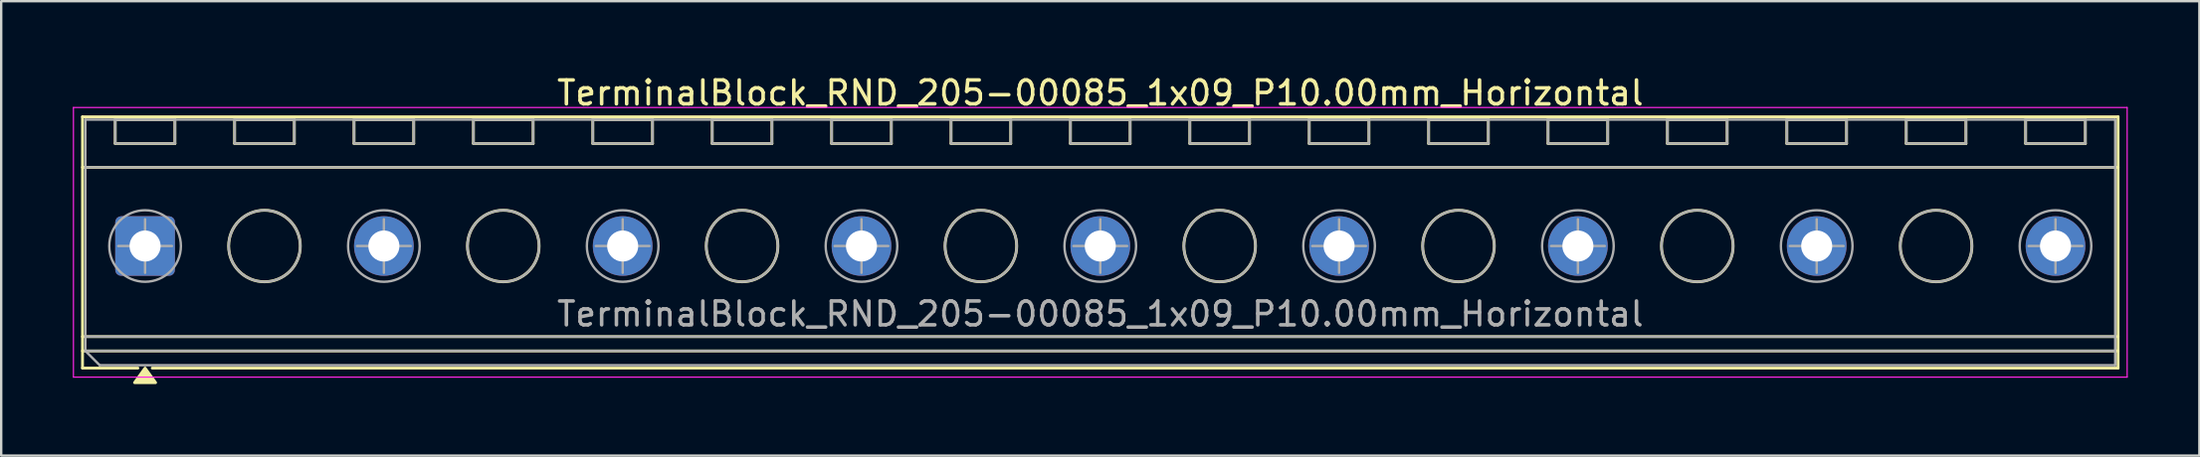
<source format=kicad_pcb>
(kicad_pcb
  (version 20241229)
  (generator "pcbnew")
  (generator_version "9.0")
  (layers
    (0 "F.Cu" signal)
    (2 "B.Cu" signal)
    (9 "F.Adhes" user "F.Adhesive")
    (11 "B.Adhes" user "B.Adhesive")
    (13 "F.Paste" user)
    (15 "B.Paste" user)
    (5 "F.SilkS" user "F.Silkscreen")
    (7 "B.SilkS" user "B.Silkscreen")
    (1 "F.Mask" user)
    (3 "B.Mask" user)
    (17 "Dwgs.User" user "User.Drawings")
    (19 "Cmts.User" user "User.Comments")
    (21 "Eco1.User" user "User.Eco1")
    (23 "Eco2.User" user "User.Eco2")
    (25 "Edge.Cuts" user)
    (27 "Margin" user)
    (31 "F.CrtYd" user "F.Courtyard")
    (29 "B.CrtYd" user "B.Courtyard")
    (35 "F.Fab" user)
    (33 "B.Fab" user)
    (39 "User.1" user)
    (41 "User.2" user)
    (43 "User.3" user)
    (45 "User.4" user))
  (footprint "TerminalBlock_RND_205-00085_1x09_P10.00mm_Horizontal"
    (layer "F.Cu")
    (at 3.025 7.268)
    (property "Reference" "TerminalBlock_RND_205-00085_1x09_P10.00mm_Horizontal" (at 40 -6.42 0) (layer "F.SilkS") (effects (font (size 1 1) (thickness 0.15))))
    (attr through_hole)
    (fp_line (start -2.62 -5.42) (end -2.62 5.12) (stroke (width 0.12) (type solid)) (layer "F.SilkS"))
    (fp_line (start -2.62 -5.42) (end 82.62 -5.42) (stroke (width 0.12) (type solid)) (layer "F.SilkS"))
    (fp_line (start -2.62 -3.3) (end 82.62 -3.3) (stroke (width 0.12) (type solid)) (layer "F.SilkS"))
    (fp_line (start -2.62 3.8) (end 82.62 3.8) (stroke (width 0.12) (type solid)) (layer "F.SilkS"))
    (fp_line (start -2.62 4.4) (end 82.62 4.4) (stroke (width 0.12) (type solid)) (layer "F.SilkS"))
    (fp_line (start -2.62 5.12) (end -0.3 5.12) (stroke (width 0.12) (type solid)) (layer "F.SilkS"))
    (fp_line (start -1.25 -5.3) (end -1.25 -4.3) (stroke (width 0.12) (type solid)) (layer "F.SilkS"))
    (fp_line (start -1.25 -5.3) (end 1.25 -5.3) (stroke (width 0.12) (type solid)) (layer "F.SilkS"))
    (fp_line (start -1.25 -4.3) (end 1.25 -4.3) (stroke (width 0.12) (type solid)) (layer "F.SilkS"))
    (fp_line (start 0.3 5.12) (end 82.62 5.12) (stroke (width 0.12) (type solid)) (layer "F.SilkS"))
    (fp_line (start 1.25 -5.3) (end 1.25 -4.3) (stroke (width 0.12) (type solid)) (layer "F.SilkS"))
    (fp_line (start 3.75 -5.3) (end 3.75 -4.3) (stroke (width 0.12) (type solid)) (layer "F.SilkS"))
    (fp_line (start 3.75 -5.3) (end 6.25 -5.3) (stroke (width 0.12) (type solid)) (layer "F.SilkS"))
    (fp_line (start 3.75 -4.3) (end 6.25 -4.3) (stroke (width 0.12) (type solid)) (layer "F.SilkS"))
    (fp_line (start 6.25 -5.3) (end 6.25 -4.3) (stroke (width 0.12) (type solid)) (layer "F.SilkS"))
    (fp_line (start 8.75 -5.3) (end 8.75 -4.3) (stroke (width 0.12) (type solid)) (layer "F.SilkS"))
    (fp_line (start 8.75 -5.3) (end 11.25 -5.3) (stroke (width 0.12) (type solid)) (layer "F.SilkS"))
    (fp_line (start 8.75 -4.3) (end 11.25 -4.3) (stroke (width 0.12) (type solid)) (layer "F.SilkS"))
    (fp_line (start 11.25 -5.3) (end 11.25 -4.3) (stroke (width 0.12) (type solid)) (layer "F.SilkS"))
    (fp_line (start 13.75 -5.3) (end 13.75 -4.3) (stroke (width 0.12) (type solid)) (layer "F.SilkS"))
    (fp_line (start 13.75 -5.3) (end 16.25 -5.3) (stroke (width 0.12) (type solid)) (layer "F.SilkS"))
    (fp_line (start 13.75 -4.3) (end 16.25 -4.3) (stroke (width 0.12) (type solid)) (layer "F.SilkS"))
    (fp_line (start 16.25 -5.3) (end 16.25 -4.3) (stroke (width 0.12) (type solid)) (layer "F.SilkS"))
    (fp_line (start 18.75 -5.3) (end 18.75 -4.3) (stroke (width 0.12) (type solid)) (layer "F.SilkS"))
    (fp_line (start 18.75 -5.3) (end 21.25 -5.3) (stroke (width 0.12) (type solid)) (layer "F.SilkS"))
    (fp_line (start 18.75 -4.3) (end 21.25 -4.3) (stroke (width 0.12) (type solid)) (layer "F.SilkS"))
    (fp_line (start 21.25 -5.3) (end 21.25 -4.3) (stroke (width 0.12) (type solid)) (layer "F.SilkS"))
    (fp_line (start 23.75 -5.3) (end 23.75 -4.3) (stroke (width 0.12) (type solid)) (layer "F.SilkS"))
    (fp_line (start 23.75 -5.3) (end 26.25 -5.3) (stroke (width 0.12) (type solid)) (layer "F.SilkS"))
    (fp_line (start 23.75 -4.3) (end 26.25 -4.3) (stroke (width 0.12) (type solid)) (layer "F.SilkS"))
    (fp_line (start 26.25 -5.3) (end 26.25 -4.3) (stroke (width 0.12) (type solid)) (layer "F.SilkS"))
    (fp_line (start 28.75 -5.3) (end 28.75 -4.3) (stroke (width 0.12) (type solid)) (layer "F.SilkS"))
    (fp_line (start 28.75 -5.3) (end 31.25 -5.3) (stroke (width 0.12) (type solid)) (layer "F.SilkS"))
    (fp_line (start 28.75 -4.3) (end 31.25 -4.3) (stroke (width 0.12) (type solid)) (layer "F.SilkS"))
    (fp_line (start 31.25 -5.3) (end 31.25 -4.3) (stroke (width 0.12) (type solid)) (layer "F.SilkS"))
    (fp_line (start 33.75 -5.3) (end 33.75 -4.3) (stroke (width 0.12) (type solid)) (layer "F.SilkS"))
    (fp_line (start 33.75 -5.3) (end 36.25 -5.3) (stroke (width 0.12) (type solid)) (layer "F.SilkS"))
    (fp_line (start 33.75 -4.3) (end 36.25 -4.3) (stroke (width 0.12) (type solid)) (layer "F.SilkS"))
    (fp_line (start 36.25 -5.3) (end 36.25 -4.3) (stroke (width 0.12) (type solid)) (layer "F.SilkS"))
    (fp_line (start 38.75 -5.3) (end 38.75 -4.3) (stroke (width 0.12) (type solid)) (layer "F.SilkS"))
    (fp_line (start 38.75 -5.3) (end 41.25 -5.3) (stroke (width 0.12) (type solid)) (layer "F.SilkS"))
    (fp_line (start 38.75 -4.3) (end 41.25 -4.3) (stroke (width 0.12) (type solid)) (layer "F.SilkS"))
    (fp_line (start 41.25 -5.3) (end 41.25 -4.3) (stroke (width 0.12) (type solid)) (layer "F.SilkS"))
    (fp_line (start 43.75 -5.3) (end 43.75 -4.3) (stroke (width 0.12) (type solid)) (layer "F.SilkS"))
    (fp_line (start 43.75 -5.3) (end 46.25 -5.3) (stroke (width 0.12) (type solid)) (layer "F.SilkS"))
    (fp_line (start 43.75 -4.3) (end 46.25 -4.3) (stroke (width 0.12) (type solid)) (layer "F.SilkS"))
    (fp_line (start 46.25 -5.3) (end 46.25 -4.3) (stroke (width 0.12) (type solid)) (layer "F.SilkS"))
    (fp_line (start 48.75 -5.3) (end 48.75 -4.3) (stroke (width 0.12) (type solid)) (layer "F.SilkS"))
    (fp_line (start 48.75 -5.3) (end 51.25 -5.3) (stroke (width 0.12) (type solid)) (layer "F.SilkS"))
    (fp_line (start 48.75 -4.3) (end 51.25 -4.3) (stroke (width 0.12) (type solid)) (layer "F.SilkS"))
    (fp_line (start 51.25 -5.3) (end 51.25 -4.3) (stroke (width 0.12) (type solid)) (layer "F.SilkS"))
    (fp_line (start 53.75 -5.3) (end 53.75 -4.3) (stroke (width 0.12) (type solid)) (layer "F.SilkS"))
    (fp_line (start 53.75 -5.3) (end 56.25 -5.3) (stroke (width 0.12) (type solid)) (layer "F.SilkS"))
    (fp_line (start 53.75 -4.3) (end 56.25 -4.3) (stroke (width 0.12) (type solid)) (layer "F.SilkS"))
    (fp_line (start 56.25 -5.3) (end 56.25 -4.3) (stroke (width 0.12) (type solid)) (layer "F.SilkS"))
    (fp_line (start 58.75 -5.3) (end 58.75 -4.3) (stroke (width 0.12) (type solid)) (layer "F.SilkS"))
    (fp_line (start 58.75 -5.3) (end 61.25 -5.3) (stroke (width 0.12) (type solid)) (layer "F.SilkS"))
    (fp_line (start 58.75 -4.3) (end 61.25 -4.3) (stroke (width 0.12) (type solid)) (layer "F.SilkS"))
    (fp_line (start 61.25 -5.3) (end 61.25 -4.3) (stroke (width 0.12) (type solid)) (layer "F.SilkS"))
    (fp_line (start 63.75 -5.3) (end 63.75 -4.3) (stroke (width 0.12) (type solid)) (layer "F.SilkS"))
    (fp_line (start 63.75 -5.3) (end 66.25 -5.3) (stroke (width 0.12) (type solid)) (layer "F.SilkS"))
    (fp_line (start 63.75 -4.3) (end 66.25 -4.3) (stroke (width 0.12) (type solid)) (layer "F.SilkS"))
    (fp_line (start 66.25 -5.3) (end 66.25 -4.3) (stroke (width 0.12) (type solid)) (layer "F.SilkS"))
    (fp_line (start 68.75 -5.3) (end 68.75 -4.3) (stroke (width 0.12) (type solid)) (layer "F.SilkS"))
    (fp_line (start 68.75 -5.3) (end 71.25 -5.3) (stroke (width 0.12) (type solid)) (layer "F.SilkS"))
    (fp_line (start 68.75 -4.3) (end 71.25 -4.3) (stroke (width 0.12) (type solid)) (layer "F.SilkS"))
    (fp_line (start 71.25 -5.3) (end 71.25 -4.3) (stroke (width 0.12) (type solid)) (layer "F.SilkS"))
    (fp_line (start 73.75 -5.3) (end 73.75 -4.3) (stroke (width 0.12) (type solid)) (layer "F.SilkS"))
    (fp_line (start 73.75 -5.3) (end 76.25 -5.3) (stroke (width 0.12) (type solid)) (layer "F.SilkS"))
    (fp_line (start 73.75 -4.3) (end 76.25 -4.3) (stroke (width 0.12) (type solid)) (layer "F.SilkS"))
    (fp_line (start 76.25 -5.3) (end 76.25 -4.3) (stroke (width 0.12) (type solid)) (layer "F.SilkS"))
    (fp_line (start 78.75 -5.3) (end 78.75 -4.3) (stroke (width 0.12) (type solid)) (layer "F.SilkS"))
    (fp_line (start 78.75 -5.3) (end 81.25 -5.3) (stroke (width 0.12) (type solid)) (layer "F.SilkS"))
    (fp_line (start 78.75 -4.3) (end 81.25 -4.3) (stroke (width 0.12) (type solid)) (layer "F.SilkS"))
    (fp_line (start 81.25 -5.3) (end 81.25 -4.3) (stroke (width 0.12) (type solid)) (layer "F.SilkS"))
    (fp_line (start 82.62 -5.42) (end 82.62 5.12) (stroke (width 0.12) (type solid)) (layer "F.SilkS"))
    (fp_circle (center 5 0) (end 6.5 0) (stroke (width 0.12) (type solid)) (fill no) (layer "F.SilkS"))
    (fp_circle (center 15 0) (end 16.5 0) (stroke (width 0.12) (type solid)) (fill no) (layer "F.SilkS"))
    (fp_circle (center 25 0) (end 26.5 0) (stroke (width 0.12) (type solid)) (fill no) (layer "F.SilkS"))
    (fp_circle (center 35 0) (end 36.5 0) (stroke (width 0.12) (type solid)) (fill no) (layer "F.SilkS"))
    (fp_circle (center 45 0) (end 46.5 0) (stroke (width 0.12) (type solid)) (fill no) (layer "F.SilkS"))
    (fp_circle (center 55 0) (end 56.5 0) (stroke (width 0.12) (type solid)) (fill no) (layer "F.SilkS"))
    (fp_circle (center 65 0) (end 66.5 0) (stroke (width 0.12) (type solid)) (fill no) (layer "F.SilkS"))
    (fp_circle (center 75 0) (end 76.5 0) (stroke (width 0.12) (type solid)) (fill no) (layer "F.SilkS"))
    (fp_poly (pts (xy 0 5.12) (xy 0.44 5.73) (xy -0.44 5.73)) (stroke (width 0.12) (type solid)) (fill yes) (layer "F.SilkS"))
    (fp_line (start -3 -5.81) (end -3 5.5) (stroke (width 0.05) (type solid)) (layer "F.CrtYd"))
    (fp_line (start -3 5.5) (end 83 5.5) (stroke (width 0.05) (type solid)) (layer "F.CrtYd"))
    (fp_line (start 83 -5.81) (end -3 -5.81) (stroke (width 0.05) (type solid)) (layer "F.CrtYd"))
    (fp_line (start 83 5.5) (end 83 -5.81) (stroke (width 0.05) (type solid)) (layer "F.CrtYd"))
    (fp_line (start -2.5 -5.3) (end 82.5 -5.3) (stroke (width 0.1) (type solid)) (layer "F.Fab"))
    (fp_line (start -2.5 -3.3) (end 82.5 -3.3) (stroke (width 0.1) (type solid)) (layer "F.Fab"))
    (fp_line (start -2.5 3.8) (end 82.5 3.8) (stroke (width 0.1) (type solid)) (layer "F.Fab"))
    (fp_line (start -2.5 4.4) (end -2.5 -5.3) (stroke (width 0.1) (type solid)) (layer "F.Fab"))
    (fp_line (start -2.5 4.4) (end 82.5 4.4) (stroke (width 0.1) (type solid)) (layer "F.Fab"))
    (fp_line (start -1.9 5) (end -2.5 4.4) (stroke (width 0.1) (type solid)) (layer "F.Fab"))
    (fp_line (start -1.25 -5.3) (end -1.25 -4.3) (stroke (width 0.1) (type solid)) (layer "F.Fab"))
    (fp_line (start -1.25 -4.3) (end 1.25 -4.3) (stroke (width 0.1) (type solid)) (layer "F.Fab"))
    (fp_line (start -1.125 0) (end 1.125 0) (stroke (width 0.1) (type solid)) (layer "F.Fab"))
    (fp_line (start 0 -1.125) (end 0 1.125) (stroke (width 0.1) (type solid)) (layer "F.Fab"))
    (fp_line (start 1.25 -5.3) (end -1.25 -5.3) (stroke (width 0.1) (type solid)) (layer "F.Fab"))
    (fp_line (start 1.25 -4.3) (end 1.25 -5.3) (stroke (width 0.1) (type solid)) (layer "F.Fab"))
    (fp_line (start 3.75 -5.3) (end 3.75 -4.3) (stroke (width 0.1) (type solid)) (layer "F.Fab"))
    (fp_line (start 3.75 -4.3) (end 6.25 -4.3) (stroke (width 0.1) (type solid)) (layer "F.Fab"))
    (fp_line (start 6.25 -5.3) (end 3.75 -5.3) (stroke (width 0.1) (type solid)) (layer "F.Fab"))
    (fp_line (start 6.25 -4.3) (end 6.25 -5.3) (stroke (width 0.1) (type solid)) (layer "F.Fab"))
    (fp_line (start 8.75 -5.3) (end 8.75 -4.3) (stroke (width 0.1) (type solid)) (layer "F.Fab"))
    (fp_line (start 8.75 -4.3) (end 11.25 -4.3) (stroke (width 0.1) (type solid)) (layer "F.Fab"))
    (fp_line (start 8.875 0) (end 11.125 0) (stroke (width 0.1) (type solid)) (layer "F.Fab"))
    (fp_line (start 10 -1.125) (end 10 1.125) (stroke (width 0.1) (type solid)) (layer "F.Fab"))
    (fp_line (start 11.25 -5.3) (end 8.75 -5.3) (stroke (width 0.1) (type solid)) (layer "F.Fab"))
    (fp_line (start 11.25 -4.3) (end 11.25 -5.3) (stroke (width 0.1) (type solid)) (layer "F.Fab"))
    (fp_line (start 13.75 -5.3) (end 13.75 -4.3) (stroke (width 0.1) (type solid)) (layer "F.Fab"))
    (fp_line (start 13.75 -4.3) (end 16.25 -4.3) (stroke (width 0.1) (type solid)) (layer "F.Fab"))
    (fp_line (start 16.25 -5.3) (end 13.75 -5.3) (stroke (width 0.1) (type solid)) (layer "F.Fab"))
    (fp_line (start 16.25 -4.3) (end 16.25 -5.3) (stroke (width 0.1) (type solid)) (layer "F.Fab"))
    (fp_line (start 18.75 -5.3) (end 18.75 -4.3) (stroke (width 0.1) (type solid)) (layer "F.Fab"))
    (fp_line (start 18.75 -4.3) (end 21.25 -4.3) (stroke (width 0.1) (type solid)) (layer "F.Fab"))
    (fp_line (start 18.875 0) (end 21.125 0) (stroke (width 0.1) (type solid)) (layer "F.Fab"))
    (fp_line (start 20 -1.125) (end 20 1.125) (stroke (width 0.1) (type solid)) (layer "F.Fab"))
    (fp_line (start 21.25 -5.3) (end 18.75 -5.3) (stroke (width 0.1) (type solid)) (layer "F.Fab"))
    (fp_line (start 21.25 -4.3) (end 21.25 -5.3) (stroke (width 0.1) (type solid)) (layer "F.Fab"))
    (fp_line (start 23.75 -5.3) (end 23.75 -4.3) (stroke (width 0.1) (type solid)) (layer "F.Fab"))
    (fp_line (start 23.75 -4.3) (end 26.25 -4.3) (stroke (width 0.1) (type solid)) (layer "F.Fab"))
    (fp_line (start 26.25 -5.3) (end 23.75 -5.3) (stroke (width 0.1) (type solid)) (layer "F.Fab"))
    (fp_line (start 26.25 -4.3) (end 26.25 -5.3) (stroke (width 0.1) (type solid)) (layer "F.Fab"))
    (fp_line (start 28.75 -5.3) (end 28.75 -4.3) (stroke (width 0.1) (type solid)) (layer "F.Fab"))
    (fp_line (start 28.75 -4.3) (end 31.25 -4.3) (stroke (width 0.1) (type solid)) (layer "F.Fab"))
    (fp_line (start 28.875 0) (end 31.125 0) (stroke (width 0.1) (type solid)) (layer "F.Fab"))
    (fp_line (start 30 -1.125) (end 30 1.125) (stroke (width 0.1) (type solid)) (layer "F.Fab"))
    (fp_line (start 31.25 -5.3) (end 28.75 -5.3) (stroke (width 0.1) (type solid)) (layer "F.Fab"))
    (fp_line (start 31.25 -4.3) (end 31.25 -5.3) (stroke (width 0.1) (type solid)) (layer "F.Fab"))
    (fp_line (start 33.75 -5.3) (end 33.75 -4.3) (stroke (width 0.1) (type solid)) (layer "F.Fab"))
    (fp_line (start 33.75 -4.3) (end 36.25 -4.3) (stroke (width 0.1) (type solid)) (layer "F.Fab"))
    (fp_line (start 36.25 -5.3) (end 33.75 -5.3) (stroke (width 0.1) (type solid)) (layer "F.Fab"))
    (fp_line (start 36.25 -4.3) (end 36.25 -5.3) (stroke (width 0.1) (type solid)) (layer "F.Fab"))
    (fp_line (start 38.75 -5.3) (end 38.75 -4.3) (stroke (width 0.1) (type solid)) (layer "F.Fab"))
    (fp_line (start 38.75 -4.3) (end 41.25 -4.3) (stroke (width 0.1) (type solid)) (layer "F.Fab"))
    (fp_line (start 38.875 0) (end 41.125 0) (stroke (width 0.1) (type solid)) (layer "F.Fab"))
    (fp_line (start 40 -1.125) (end 40 1.125) (stroke (width 0.1) (type solid)) (layer "F.Fab"))
    (fp_line (start 41.25 -5.3) (end 38.75 -5.3) (stroke (width 0.1) (type solid)) (layer "F.Fab"))
    (fp_line (start 41.25 -4.3) (end 41.25 -5.3) (stroke (width 0.1) (type solid)) (layer "F.Fab"))
    (fp_line (start 43.75 -5.3) (end 43.75 -4.3) (stroke (width 0.1) (type solid)) (layer "F.Fab"))
    (fp_line (start 43.75 -4.3) (end 46.25 -4.3) (stroke (width 0.1) (type solid)) (layer "F.Fab"))
    (fp_line (start 46.25 -5.3) (end 43.75 -5.3) (stroke (width 0.1) (type solid)) (layer "F.Fab"))
    (fp_line (start 46.25 -4.3) (end 46.25 -5.3) (stroke (width 0.1) (type solid)) (layer "F.Fab"))
    (fp_line (start 48.75 -5.3) (end 48.75 -4.3) (stroke (width 0.1) (type solid)) (layer "F.Fab"))
    (fp_line (start 48.75 -4.3) (end 51.25 -4.3) (stroke (width 0.1) (type solid)) (layer "F.Fab"))
    (fp_line (start 48.875 0) (end 51.125 0) (stroke (width 0.1) (type solid)) (layer "F.Fab"))
    (fp_line (start 50 -1.125) (end 50 1.125) (stroke (width 0.1) (type solid)) (layer "F.Fab"))
    (fp_line (start 51.25 -5.3) (end 48.75 -5.3) (stroke (width 0.1) (type solid)) (layer "F.Fab"))
    (fp_line (start 51.25 -4.3) (end 51.25 -5.3) (stroke (width 0.1) (type solid)) (layer "F.Fab"))
    (fp_line (start 53.75 -5.3) (end 53.75 -4.3) (stroke (width 0.1) (type solid)) (layer "F.Fab"))
    (fp_line (start 53.75 -4.3) (end 56.25 -4.3) (stroke (width 0.1) (type solid)) (layer "F.Fab"))
    (fp_line (start 56.25 -5.3) (end 53.75 -5.3) (stroke (width 0.1) (type solid)) (layer "F.Fab"))
    (fp_line (start 56.25 -4.3) (end 56.25 -5.3) (stroke (width 0.1) (type solid)) (layer "F.Fab"))
    (fp_line (start 58.75 -5.3) (end 58.75 -4.3) (stroke (width 0.1) (type solid)) (layer "F.Fab"))
    (fp_line (start 58.75 -4.3) (end 61.25 -4.3) (stroke (width 0.1) (type solid)) (layer "F.Fab"))
    (fp_line (start 58.875 0) (end 61.125 0) (stroke (width 0.1) (type solid)) (layer "F.Fab"))
    (fp_line (start 60 -1.125) (end 60 1.125) (stroke (width 0.1) (type solid)) (layer "F.Fab"))
    (fp_line (start 61.25 -5.3) (end 58.75 -5.3) (stroke (width 0.1) (type solid)) (layer "F.Fab"))
    (fp_line (start 61.25 -4.3) (end 61.25 -5.3) (stroke (width 0.1) (type solid)) (layer "F.Fab"))
    (fp_line (start 63.75 -5.3) (end 63.75 -4.3) (stroke (width 0.1) (type solid)) (layer "F.Fab"))
    (fp_line (start 63.75 -4.3) (end 66.25 -4.3) (stroke (width 0.1) (type solid)) (layer "F.Fab"))
    (fp_line (start 66.25 -5.3) (end 63.75 -5.3) (stroke (width 0.1) (type solid)) (layer "F.Fab"))
    (fp_line (start 66.25 -4.3) (end 66.25 -5.3) (stroke (width 0.1) (type solid)) (layer "F.Fab"))
    (fp_line (start 68.75 -5.3) (end 68.75 -4.3) (stroke (width 0.1) (type solid)) (layer "F.Fab"))
    (fp_line (start 68.75 -4.3) (end 71.25 -4.3) (stroke (width 0.1) (type solid)) (layer "F.Fab"))
    (fp_line (start 68.875 0) (end 71.125 0) (stroke (width 0.1) (type solid)) (layer "F.Fab"))
    (fp_line (start 70 -1.125) (end 70 1.125) (stroke (width 0.1) (type solid)) (layer "F.Fab"))
    (fp_line (start 71.25 -5.3) (end 68.75 -5.3) (stroke (width 0.1) (type solid)) (layer "F.Fab"))
    (fp_line (start 71.25 -4.3) (end 71.25 -5.3) (stroke (width 0.1) (type solid)) (layer "F.Fab"))
    (fp_line (start 73.75 -5.3) (end 73.75 -4.3) (stroke (width 0.1) (type solid)) (layer "F.Fab"))
    (fp_line (start 73.75 -4.3) (end 76.25 -4.3) (stroke (width 0.1) (type solid)) (layer "F.Fab"))
    (fp_line (start 76.25 -5.3) (end 73.75 -5.3) (stroke (width 0.1) (type solid)) (layer "F.Fab"))
    (fp_line (start 76.25 -4.3) (end 76.25 -5.3) (stroke (width 0.1) (type solid)) (layer "F.Fab"))
    (fp_line (start 78.75 -5.3) (end 78.75 -4.3) (stroke (width 0.1) (type solid)) (layer "F.Fab"))
    (fp_line (start 78.75 -4.3) (end 81.25 -4.3) (stroke (width 0.1) (type solid)) (layer "F.Fab"))
    (fp_line (start 78.875 0) (end 81.125 0) (stroke (width 0.1) (type solid)) (layer "F.Fab"))
    (fp_line (start 80 -1.125) (end 80 1.125) (stroke (width 0.1) (type solid)) (layer "F.Fab"))
    (fp_line (start 81.25 -5.3) (end 78.75 -5.3) (stroke (width 0.1) (type solid)) (layer "F.Fab"))
    (fp_line (start 81.25 -4.3) (end 81.25 -5.3) (stroke (width 0.1) (type solid)) (layer "F.Fab"))
    (fp_line (start 82.5 -5.3) (end 82.5 5) (stroke (width 0.1) (type solid)) (layer "F.Fab"))
    (fp_line (start 82.5 5) (end -1.9 5) (stroke (width 0.1) (type solid)) (layer "F.Fab"))
    (fp_circle (center 0 0) (end 1.5 0) (stroke (width 0.1) (type solid)) (fill no) (layer "F.Fab"))
    (fp_circle (center 5 0) (end 6.5 0) (stroke (width 0.1) (type solid)) (fill no) (layer "F.Fab"))
    (fp_circle (center 10 0) (end 11.5 0) (stroke (width 0.1) (type solid)) (fill no) (layer "F.Fab"))
    (fp_circle (center 15 0) (end 16.5 0) (stroke (width 0.1) (type solid)) (fill no) (layer "F.Fab"))
    (fp_circle (center 20 0) (end 21.5 0) (stroke (width 0.1) (type solid)) (fill no) (layer "F.Fab"))
    (fp_circle (center 25 0) (end 26.5 0) (stroke (width 0.1) (type solid)) (fill no) (layer "F.Fab"))
    (fp_circle (center 30 0) (end 31.5 0) (stroke (width 0.1) (type solid)) (fill no) (layer "F.Fab"))
    (fp_circle (center 35 0) (end 36.5 0) (stroke (width 0.1) (type solid)) (fill no) (layer "F.Fab"))
    (fp_circle (center 40 0) (end 41.5 0) (stroke (width 0.1) (type solid)) (fill no) (layer "F.Fab"))
    (fp_circle (center 45 0) (end 46.5 0) (stroke (width 0.1) (type solid)) (fill no) (layer "F.Fab"))
    (fp_circle (center 50 0) (end 51.5 0) (stroke (width 0.1) (type solid)) (fill no) (layer "F.Fab"))
    (fp_circle (center 55 0) (end 56.5 0) (stroke (width 0.1) (type solid)) (fill no) (layer "F.Fab"))
    (fp_circle (center 60 0) (end 61.5 0) (stroke (width 0.1) (type solid)) (fill no) (layer "F.Fab"))
    (fp_circle (center 65 0) (end 66.5 0) (stroke (width 0.1) (type solid)) (fill no) (layer "F.Fab"))
    (fp_circle (center 70 0) (end 71.5 0) (stroke (width 0.1) (type solid)) (fill no) (layer "F.Fab"))
    (fp_circle (center 75 0) (end 76.5 0) (stroke (width 0.1) (type solid)) (fill no) (layer "F.Fab"))
    (fp_circle (center 80 0) (end 81.5 0) (stroke (width 0.1) (type solid)) (fill no) (layer "F.Fab"))
    (fp_text user "${REFERENCE}" (at 40 2.85 0) (layer "F.Fab") (effects (font (size 1 1) (thickness 0.15))))
    (pad "1" thru_hole roundrect (at 0 0) (size 2.5 2.5) (drill 1.3) (layers "*.Cu" "*.Mask") (roundrect_rratio 0.1))
    (pad "2" thru_hole circle (at 10 0) (size 2.5 2.5) (drill 1.3) (layers "*.Cu" "*.Mask"))
    (pad "3" thru_hole circle (at 20 0) (size 2.5 2.5) (drill 1.3) (layers "*.Cu" "*.Mask"))
    (pad "4" thru_hole circle (at 30 0) (size 2.5 2.5) (drill 1.3) (layers "*.Cu" "*.Mask"))
    (pad "5" thru_hole circle (at 40 0) (size 2.5 2.5) (drill 1.3) (layers "*.Cu" "*.Mask"))
    (pad "6" thru_hole circle (at 50 0) (size 2.5 2.5) (drill 1.3) (layers "*.Cu" "*.Mask"))
    (pad "7" thru_hole circle (at 60 0) (size 2.5 2.5) (drill 1.3) (layers "*.Cu" "*.Mask"))
    (pad "8" thru_hole circle (at 70 0) (size 2.5 2.5) (drill 1.3) (layers "*.Cu" "*.Mask"))
    (pad "9" thru_hole circle (at 80 0) (size 2.5 2.5) (drill 1.3) (layers "*.Cu" "*.Mask")))
  (gr_rect
    (start -3 -3)
    (end 89.05 16.058)
    (stroke (width 0.1) (type default))
    (fill no)
    (layer "Edge.Cuts")))
</source>
